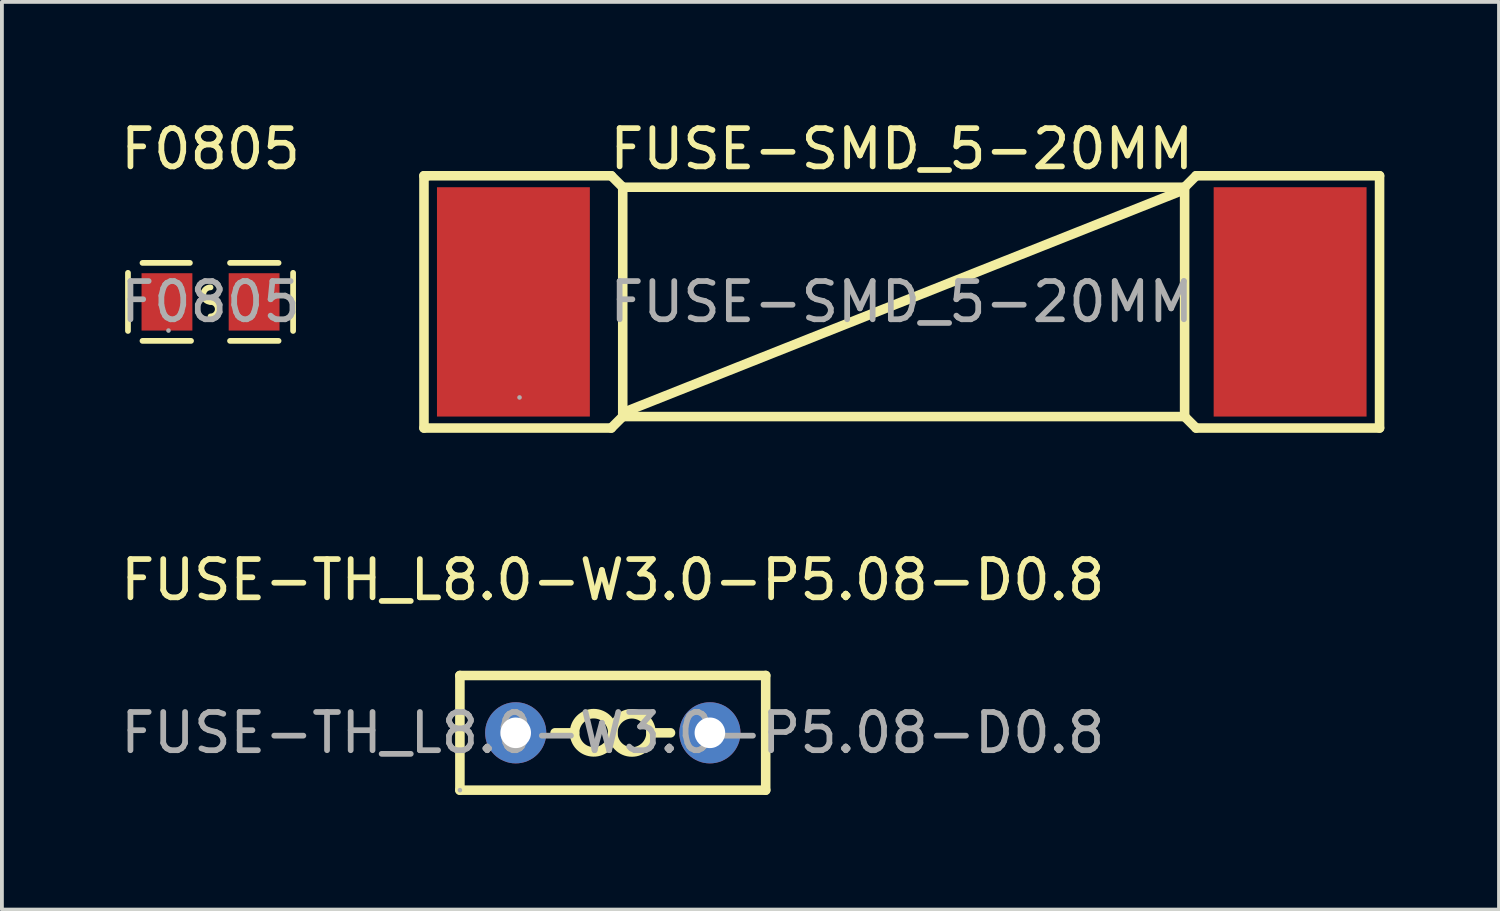
<source format=kicad_pcb>
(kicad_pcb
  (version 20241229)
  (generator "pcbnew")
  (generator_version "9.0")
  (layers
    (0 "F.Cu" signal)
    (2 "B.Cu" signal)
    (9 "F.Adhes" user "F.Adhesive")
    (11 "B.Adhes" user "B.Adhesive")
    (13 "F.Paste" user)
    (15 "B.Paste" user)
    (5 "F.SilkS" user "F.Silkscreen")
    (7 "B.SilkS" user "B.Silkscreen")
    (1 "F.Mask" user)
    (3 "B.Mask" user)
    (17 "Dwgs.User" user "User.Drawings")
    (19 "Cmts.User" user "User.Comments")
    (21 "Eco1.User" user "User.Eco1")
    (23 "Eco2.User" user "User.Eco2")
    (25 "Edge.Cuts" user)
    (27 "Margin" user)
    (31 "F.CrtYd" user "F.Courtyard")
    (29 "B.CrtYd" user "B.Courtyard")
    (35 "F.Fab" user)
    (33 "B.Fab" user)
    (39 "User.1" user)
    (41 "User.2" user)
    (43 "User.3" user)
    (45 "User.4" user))
  (footprint "F0805"
    (layer "F.Cu")
    (at 2.458 4.848)
    (property "Reference" "F0805" (at 0 -4 0) (layer "F.SilkS") (effects (font (size 1 1) (thickness 0.15))))
    (attr through_hole)
    (fp_line (start -2.16 -0.76) (end -2.16 0.76) (stroke (width 0.15) (type solid)) (layer "F.SilkS"))
    (fp_line (start -1.78 -1.02) (end -0.54 -1.02) (stroke (width 0.15) (type solid)) (layer "F.SilkS"))
    (fp_line (start -0.51 1.02) (end -1.78 1.02) (stroke (width 0.15) (type solid)) (layer "F.SilkS"))
    (fp_line (start 0.51 1.02) (end 1.78 1.02) (stroke (width 0.15) (type solid)) (layer "F.SilkS"))
    (fp_line (start 1.78 -1.02) (end 0.51 -1.02) (stroke (width 0.15) (type solid)) (layer "F.SilkS"))
    (fp_line (start 2.16 -0.76) (end 2.16 0.76) (stroke (width 0.15) (type solid)) (layer "F.SilkS"))
    (fp_arc (start 0 0) (mid -0.19 -0.19) (end 0 -0.38) (stroke (width 0.15) (type solid)) (layer "F.SilkS"))
    (fp_arc (start 0 0) (mid 0.19 0.19) (end 0 0.38) (stroke (width 0.15) (type solid)) (layer "F.SilkS"))
    (fp_circle (center -1.1 0.75) (end -1.07 0.75) (stroke (width 0.06) (type solid)) (fill no) (layer "F.Fab"))
    (fp_text user "${REFERENCE}" (at 0 0 0) (layer "F.Fab") (effects (font (size 1 1) (thickness 0.15))))
    (pad "1" smd rect (at -1.14 0) (size 1.33 1.5) (layers "F.Cu" "F.Mask" "F.Paste"))
    (pad "2" smd rect (at 1.14 0) (size 1.33 1.5) (layers "F.Cu" "F.Mask" "F.Paste")))
  (footprint "FUSE-TH_L8.0-W3.0-P5.08-D0.8"
    (layer "F.Cu")
    (at 12.982 16.122)
    (property "Reference" "FUSE-TH_L8.0-W3.0-P5.08-D0.8" (at 0 -4 0) (layer "F.SilkS") (effects (font (size 1 1) (thickness 0.15))))
    (attr through_hole)
    (fp_line (start -4 -1.5) (end -4 1.5) (stroke (width 0.25) (type solid)) (layer "F.SilkS"))
    (fp_line (start -4 -1.5) (end 4 -1.5) (stroke (width 0.25) (type solid)) (layer "F.SilkS"))
    (fp_line (start -1 0) (end -1.51 0) (stroke (width 0.25) (type solid)) (layer "F.SilkS"))
    (fp_line (start 1 0) (end 1.51 0) (stroke (width 0.25) (type solid)) (layer "F.SilkS"))
    (fp_line (start 4 -1.5) (end 4 1.5) (stroke (width 0.25) (type solid)) (layer "F.SilkS"))
    (fp_line (start 4 1.5) (end -4 1.5) (stroke (width 0.25) (type solid)) (layer "F.SilkS"))
    (fp_arc (start -0.000076 0.008726) (mid -0.999981 -0.004363) (end 0 0) (stroke (width 0.25) (type solid)) (layer "F.SilkS"))
    (fp_arc (start 0.000076 -0.008726) (mid 0.999981 0.004363) (end 0 0) (stroke (width 0.25) (type solid)) (layer "F.SilkS"))
    (fp_circle (center -4 1.5) (end -3.97 1.5) (stroke (width 0.06) (type solid)) (fill no) (layer "F.Fab"))
    (fp_circle (center -2.54 0) (end -2.39 0) (stroke (width 0.3) (type solid)) (fill no) (layer "F.Fab"))
    (fp_circle (center 2.54 0) (end 2.69 0) (stroke (width 0.3) (type solid)) (fill no) (layer "F.Fab"))
    (fp_text user "${REFERENCE}" (at 0 0 0) (layer "F.Fab") (effects (font (size 1 1) (thickness 0.15))))
    (pad "1" thru_hole circle (at -2.54 0) (size 1.6 1.6) (drill 0.8) (layers "*.Cu" "*.Paste" "*.Mask"))
    (pad "2" thru_hole circle (at 2.54 0) (size 1.6 1.6) (drill 0.8) (layers "*.Cu" "*.Paste" "*.Mask")))
  (footprint "FUSE-SMD_5-20MM"
    (layer "F.Cu")
    (at 20.542 4.848)
    (property "Reference" "FUSE-SMD_5-20MM" (at 0 -4 0) (layer "F.SilkS") (effects (font (size 1 1) (thickness 0.15))))
    (attr through_hole)
    (fp_line (start -12.5 -3.3) (end -12.4 -3.3) (stroke (width 0.25) (type solid)) (layer "F.SilkS"))
    (fp_line (start -12.5 3.3) (end -12.5 -3.3) (stroke (width 0.25) (type solid)) (layer "F.SilkS"))
    (fp_line (start -12.4 -3.3) (end -7.6 -3.3) (stroke (width 0.25) (type solid)) (layer "F.SilkS"))
    (fp_line (start -7.6 -3.3) (end -7.3 -3) (stroke (width 0.25) (type solid)) (layer "F.SilkS"))
    (fp_line (start -7.6 3.3) (end -12.5 3.3) (stroke (width 0.25) (type solid)) (layer "F.SilkS"))
    (fp_line (start -7.3 -3) (end -7.3 3) (stroke (width 0.25) (type solid)) (layer "F.SilkS"))
    (fp_line (start -7.3 -3) (end 7.4 -3) (stroke (width 0.25) (type solid)) (layer "F.SilkS"))
    (fp_line (start -7.3 3) (end -7.6 3.3) (stroke (width 0.25) (type solid)) (layer "F.SilkS"))
    (fp_line (start 7.3 -2.9) (end -7.3 2.9) (stroke (width 0.25) (type solid)) (layer "F.SilkS"))
    (fp_line (start 7.4 -3) (end 7.4 3) (stroke (width 0.25) (type solid)) (layer "F.SilkS"))
    (fp_line (start 7.4 -3) (end 7.7 -3.3) (stroke (width 0.25) (type solid)) (layer "F.SilkS"))
    (fp_line (start 7.4 3) (end -7.3 3) (stroke (width 0.25) (type solid)) (layer "F.SilkS"))
    (fp_line (start 7.7 -3.3) (end 12.5 -3.3) (stroke (width 0.25) (type solid)) (layer "F.SilkS"))
    (fp_line (start 7.7 3.3) (end 7.4 3) (stroke (width 0.25) (type solid)) (layer "F.SilkS"))
    (fp_line (start 12.5 -3.3) (end 12.5 3.3) (stroke (width 0.25) (type solid)) (layer "F.SilkS"))
    (fp_line (start 12.5 3.3) (end 7.7 3.3) (stroke (width 0.25) (type solid)) (layer "F.SilkS"))
    (fp_circle (center -10 2.5) (end -9.97 2.5) (stroke (width 0.06) (type solid)) (fill no) (layer "F.Fab"))
    (fp_text user "${REFERENCE}" (at 0 0 0) (layer "F.Fab") (effects (font (size 1 1) (thickness 0.15))))
    (pad "1" smd rect (at -10.16 0) (size 4 6) (layers "F.Cu" "F.Mask" "F.Paste"))
    (pad "2" smd rect (at 10.16 0) (size 4 6) (layers "F.Cu" "F.Mask" "F.Paste")))
  (gr_rect
    (start -3 -3)
    (end 36.167 20.747)
    (stroke (width 0.1) (type default))
    (fill no)
    (layer "Edge.Cuts")))
</source>
